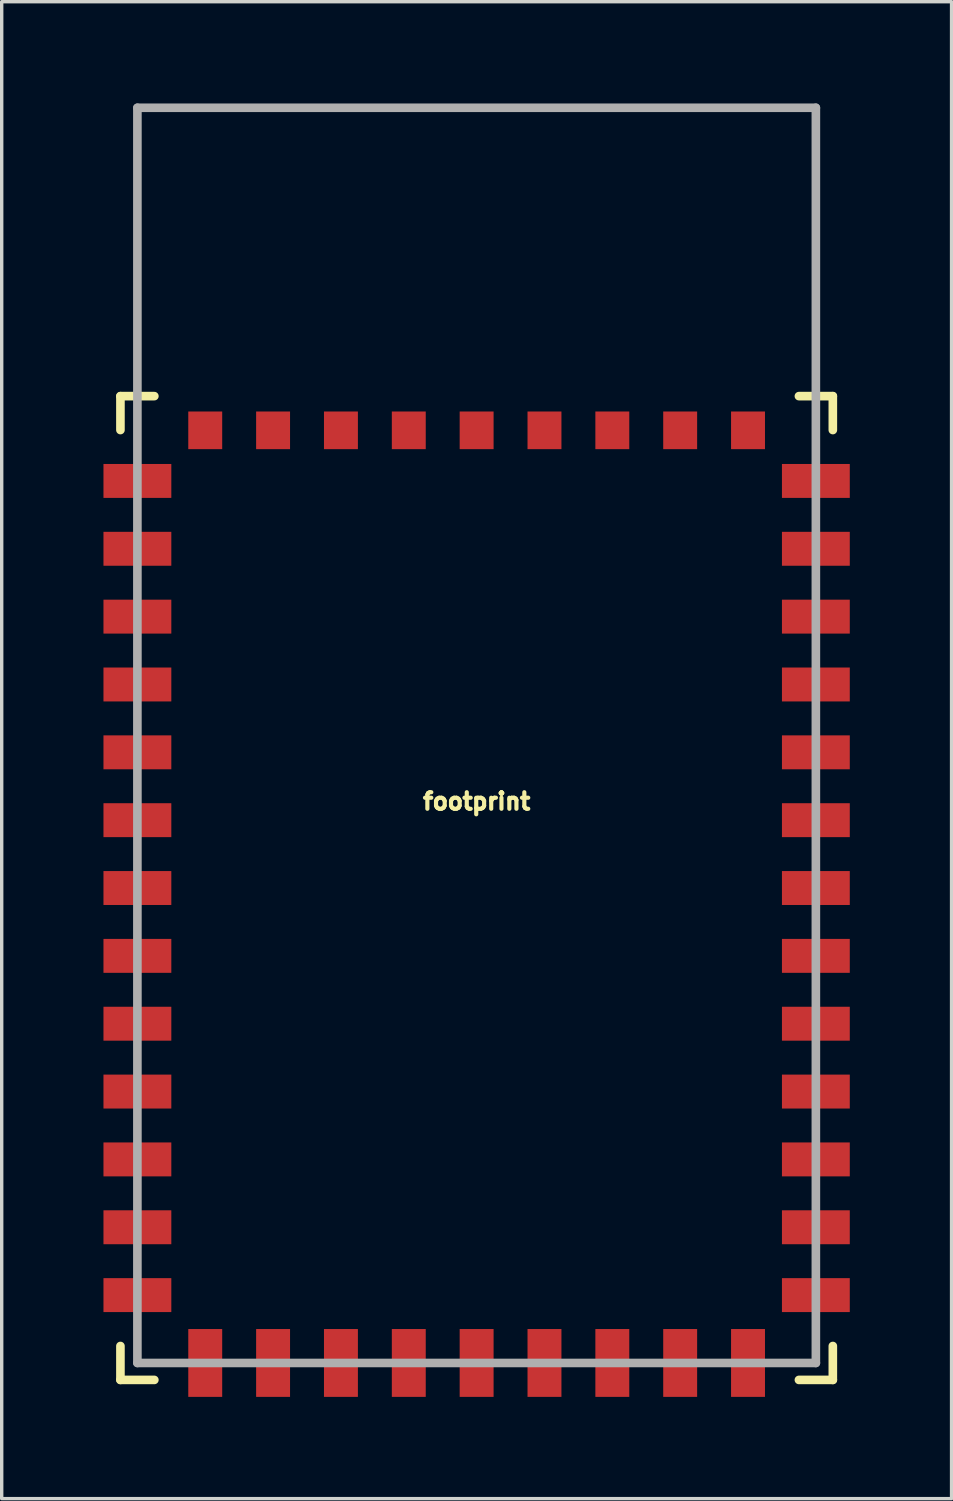
<source format=kicad_pcb>
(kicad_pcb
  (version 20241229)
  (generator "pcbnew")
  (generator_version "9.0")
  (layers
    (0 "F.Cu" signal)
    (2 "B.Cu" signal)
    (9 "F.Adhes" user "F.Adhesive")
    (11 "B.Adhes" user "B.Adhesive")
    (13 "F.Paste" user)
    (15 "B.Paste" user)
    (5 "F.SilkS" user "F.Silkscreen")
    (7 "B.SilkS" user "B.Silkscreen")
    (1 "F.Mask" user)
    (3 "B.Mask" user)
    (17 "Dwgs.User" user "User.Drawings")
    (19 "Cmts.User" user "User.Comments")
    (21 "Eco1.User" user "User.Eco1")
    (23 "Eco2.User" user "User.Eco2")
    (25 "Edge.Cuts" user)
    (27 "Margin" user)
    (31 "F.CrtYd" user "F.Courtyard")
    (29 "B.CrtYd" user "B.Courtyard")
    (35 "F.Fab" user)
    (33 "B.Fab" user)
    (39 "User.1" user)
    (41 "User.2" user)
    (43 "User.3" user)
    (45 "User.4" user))
  (footprint "footprint"
    (layer "F.Cu")
    (at 11 22.127)
    (property "Reference" "footprint" (at 0 -1.27 0) (layer "F.SilkS") (effects (font (size 0.488 0.488) (thickness 0.122)) (justify bottom)))
    (fp_line (start -10.5 -13.5) (end -9.5 -13.5) (stroke (width 0.254) (type solid)) (layer "F.SilkS"))
    (fp_line (start -10.5 -12.5) (end -10.5 -13.5) (stroke (width 0.254) (type solid)) (layer "F.SilkS"))
    (fp_line (start -10.5 14.5) (end -10.5 15.5) (stroke (width 0.254) (type solid)) (layer "F.SilkS"))
    (fp_line (start -10.5 15.5) (end -9.5 15.5) (stroke (width 0.254) (type solid)) (layer "F.SilkS"))
    (fp_line (start 9.5 15.5) (end 10.5 15.5) (stroke (width 0.254) (type solid)) (layer "F.SilkS"))
    (fp_line (start 10.5 -13.5) (end 9.5 -13.5) (stroke (width 0.254) (type solid)) (layer "F.SilkS"))
    (fp_line (start 10.5 -12.5) (end 10.5 -13.5) (stroke (width 0.254) (type solid)) (layer "F.SilkS"))
    (fp_line (start 10.5 15.5) (end 10.5 14.5) (stroke (width 0.254) (type solid)) (layer "F.SilkS"))
    (fp_line (start -10 -22) (end -10 15) (stroke (width 0.254) (type solid)) (layer "F.Fab"))
    (fp_line (start -10 15) (end 10 15) (stroke (width 0.254) (type solid)) (layer "F.Fab"))
    (fp_line (start 10 -22) (end -10 -22) (stroke (width 0.254) (type solid)) (layer "F.Fab"))
    (fp_line (start 10 15) (end 10 -22) (stroke (width 0.254) (type solid)) (layer "F.Fab"))
    (pad "P$1" smd rect (at -10 -11 90) (size 1 2) (layers "F.Cu" "F.Mask" "F.Paste"))
    (pad "P$2" smd rect (at -10 -9 90) (size 1 2) (layers "F.Cu" "F.Mask" "F.Paste"))
    (pad "P$3" smd rect (at -10 -7 90) (size 1 2) (layers "F.Cu" "F.Mask" "F.Paste"))
    (pad "P$4" smd rect (at -10 -5 90) (size 1 2) (layers "F.Cu" "F.Mask" "F.Paste"))
    (pad "P$5" smd rect (at -10 -3 90) (size 1 2) (layers "F.Cu" "F.Mask" "F.Paste"))
    (pad "P$6" smd rect (at -10 -1 90) (size 1 2) (layers "F.Cu" "F.Mask" "F.Paste"))
    (pad "P$7" smd rect (at -10 1 90) (size 1 2) (layers "F.Cu" "F.Mask" "F.Paste"))
    (pad "P$8" smd rect (at -10 3 90) (size 1 2) (layers "F.Cu" "F.Mask" "F.Paste"))
    (pad "P$9" smd rect (at -10 5 90) (size 1 2) (layers "F.Cu" "F.Mask" "F.Paste"))
    (pad "P$10" smd rect (at -10 7 90) (size 1 2) (layers "F.Cu" "F.Mask" "F.Paste"))
    (pad "P$11" smd rect (at -10 9 90) (size 1 2) (layers "F.Cu" "F.Mask" "F.Paste"))
    (pad "P$12" smd rect (at -10 11 90) (size 1 2) (layers "F.Cu" "F.Mask" "F.Paste"))
    (pad "P$13" smd rect (at -10 13 90) (size 1 2) (layers "F.Cu" "F.Mask" "F.Paste"))
    (pad "P$14" smd rect (at -8 15 180) (size 1 2) (layers "F.Cu" "F.Mask" "F.Paste"))
    (pad "P$15" smd rect (at -6 15 180) (size 1 2) (layers "F.Cu" "F.Mask" "F.Paste"))
    (pad "P$16" smd rect (at -4 15 180) (size 1 2) (layers "F.Cu" "F.Mask" "F.Paste"))
    (pad "P$17" smd rect (at -2 15 180) (size 1 2) (layers "F.Cu" "F.Mask" "F.Paste"))
    (pad "P$18" smd rect (at 0 15 180) (size 1 2) (layers "F.Cu" "F.Mask" "F.Paste"))
    (pad "P$19" smd rect (at 2 15 180) (size 1 2) (layers "F.Cu" "F.Mask" "F.Paste"))
    (pad "P$20" smd rect (at 4 15 180) (size 1 2) (layers "F.Cu" "F.Mask" "F.Paste"))
    (pad "P$21" smd rect (at 6 15 180) (size 1 2) (layers "F.Cu" "F.Mask" "F.Paste"))
    (pad "P$22" smd rect (at 8 15 180) (size 1 2) (layers "F.Cu" "F.Mask" "F.Paste"))
    (pad "P$23" smd rect (at 10 13 270) (size 1 2) (layers "F.Cu" "F.Mask" "F.Paste"))
    (pad "P$24" smd rect (at 10 11 270) (size 1 2) (layers "F.Cu" "F.Mask" "F.Paste"))
    (pad "P$25" smd rect (at 10 9 270) (size 1 2) (layers "F.Cu" "F.Mask" "F.Paste"))
    (pad "P$26" smd rect (at 10 7 270) (size 1 2) (layers "F.Cu" "F.Mask" "F.Paste"))
    (pad "P$27" smd rect (at 10 5 270) (size 1 2) (layers "F.Cu" "F.Mask" "F.Paste"))
    (pad "P$28" smd rect (at 10 3 270) (size 1 2) (layers "F.Cu" "F.Mask" "F.Paste"))
    (pad "P$29" smd rect (at 10 1 270) (size 1 2) (layers "F.Cu" "F.Mask" "F.Paste"))
    (pad "P$30" smd rect (at 10 -1 270) (size 1 2) (layers "F.Cu" "F.Mask" "F.Paste"))
    (pad "P$31" smd rect (at 10 -3 270) (size 1 2) (layers "F.Cu" "F.Mask" "F.Paste"))
    (pad "P$32" smd rect (at 10 -5 270) (size 1 2) (layers "F.Cu" "F.Mask" "F.Paste"))
    (pad "P$33" smd rect (at 10 -7 270) (size 1 2) (layers "F.Cu" "F.Mask" "F.Paste"))
    (pad "P$34" smd rect (at 10 -9 270) (size 1 2) (layers "F.Cu" "F.Mask" "F.Paste"))
    (pad "P$35" smd rect (at 10 -11 270) (size 1 2) (layers "F.Cu" "F.Mask" "F.Paste"))
    (pad "P$36" smd rect (at 8 -12.492) (size 1 1.11) (layers "F.Cu" "F.Mask" "F.Paste"))
    (pad "P$37" smd rect (at 6 -12.492) (size 1 1.11) (layers "F.Cu" "F.Mask" "F.Paste"))
    (pad "P$38" smd rect (at 4 -12.492) (size 1 1.11) (layers "F.Cu" "F.Mask" "F.Paste"))
    (pad "P$39" smd rect (at 2 -12.492) (size 1 1.11) (layers "F.Cu" "F.Mask" "F.Paste"))
    (pad "P$40" smd rect (at 0 -12.492) (size 1 1.11) (layers "F.Cu" "F.Mask" "F.Paste"))
    (pad "P$41" smd rect (at -2 -12.492) (size 1 1.11) (layers "F.Cu" "F.Mask" "F.Paste"))
    (pad "P$42" smd rect (at -4 -12.492) (size 1 1.11) (layers "F.Cu" "F.Mask" "F.Paste"))
    (pad "P$43" smd rect (at -6 -12.492) (size 1 1.11) (layers "F.Cu" "F.Mask" "F.Paste"))
    (pad "P$44" smd rect (at -8 -12.492) (size 1 1.11) (layers "F.Cu" "F.Mask" "F.Paste")))
  (gr_rect
    (start -3 -3)
    (end 25 41.127)
    (stroke (width 0.1) (type default))
    (fill no)
    (layer "Edge.Cuts")))
</source>
